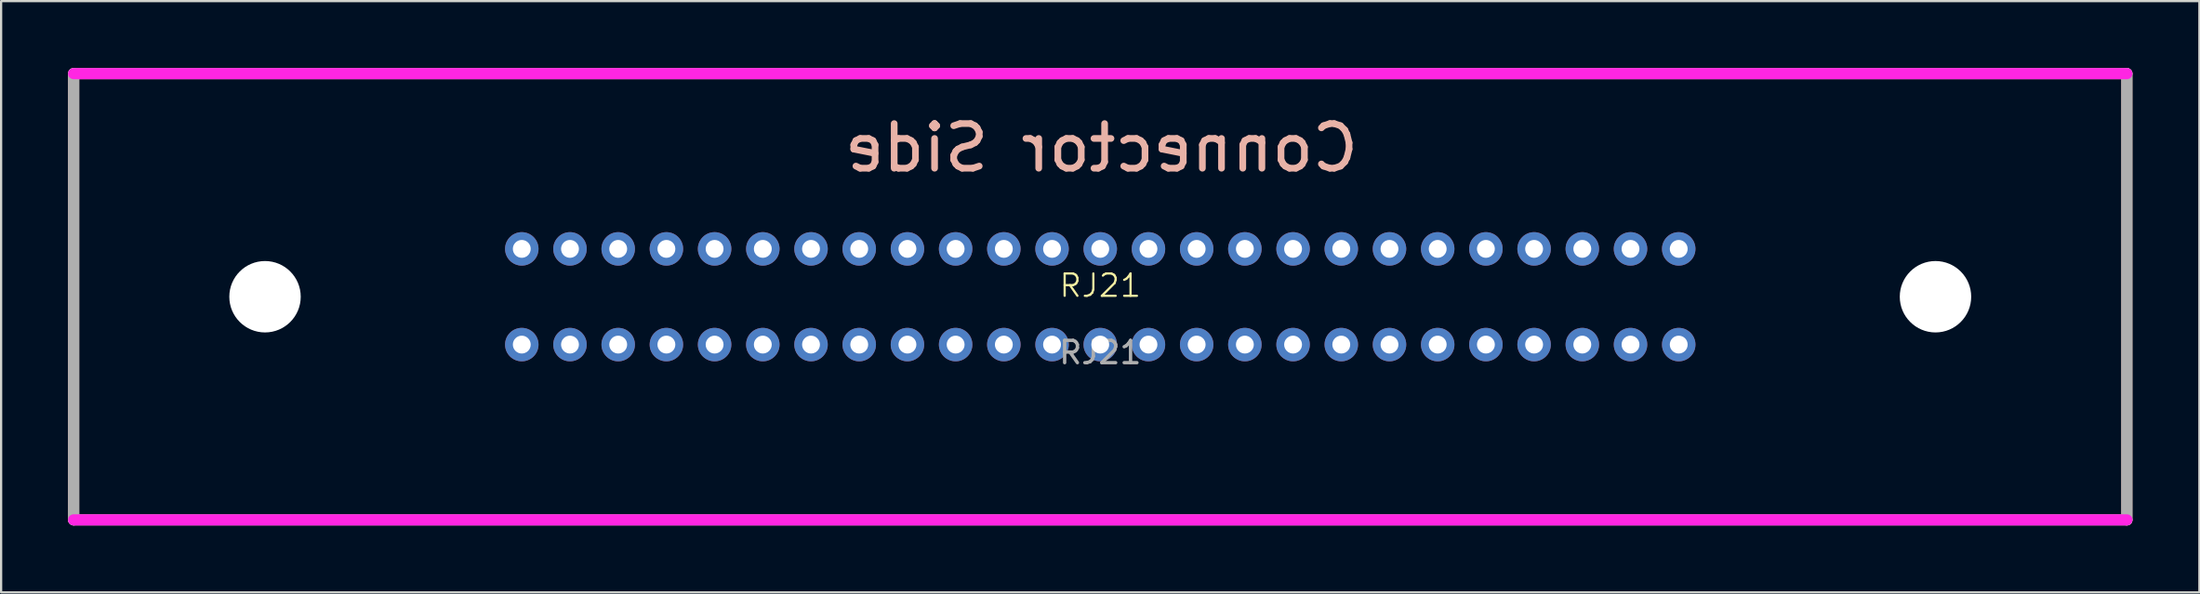
<source format=kicad_pcb>
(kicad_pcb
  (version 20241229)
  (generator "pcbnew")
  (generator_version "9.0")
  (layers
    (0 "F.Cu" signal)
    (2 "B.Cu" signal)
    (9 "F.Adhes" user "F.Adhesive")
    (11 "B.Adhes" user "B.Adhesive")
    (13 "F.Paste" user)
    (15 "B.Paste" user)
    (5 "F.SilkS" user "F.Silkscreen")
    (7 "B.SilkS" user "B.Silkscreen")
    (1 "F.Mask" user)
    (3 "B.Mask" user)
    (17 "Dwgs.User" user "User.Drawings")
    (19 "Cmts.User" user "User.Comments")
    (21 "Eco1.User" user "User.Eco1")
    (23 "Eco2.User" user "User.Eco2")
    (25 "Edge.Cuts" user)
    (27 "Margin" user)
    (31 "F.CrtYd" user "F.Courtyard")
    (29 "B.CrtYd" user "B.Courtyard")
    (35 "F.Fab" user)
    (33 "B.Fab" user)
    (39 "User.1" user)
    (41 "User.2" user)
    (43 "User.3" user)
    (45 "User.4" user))
  (footprint "RJ21"
    (layer "F.Cu")
    (at 46.25 10.25)
    (property "Reference" "RJ21" (at 0 -0.5 0) (unlocked yes) (layer "F.SilkS") (effects (font (size 1 1) (thickness 0.1))))
    (attr through_hole)
    (fp_line (start -46 -10) (end -46 10) (stroke (width 0.5) (type solid)) (layer "B.SilkS"))
    (fp_line (start -46 -10) (end 46 -10) (stroke (width 0.5) (type solid)) (layer "B.SilkS"))
    (fp_line (start -46 10) (end 46 10) (stroke (width 0.5) (type solid)) (layer "B.SilkS"))
    (fp_line (start 46 -10) (end 46 10) (stroke (width 0.5) (type solid)) (layer "B.SilkS"))
    (fp_line (start -46 -10) (end 46 -10) (stroke (width 0.5) (type solid)) (layer "F.CrtYd"))
    (fp_line (start -46 10) (end 46 10) (stroke (width 0.5) (type solid)) (layer "F.CrtYd"))
    (fp_line (start -46 -10) (end -46 10) (stroke (width 0.5) (type solid)) (layer "F.Fab"))
    (fp_line (start 46 -10) (end 46 10) (stroke (width 0.5) (type solid)) (layer "F.Fab"))
    (fp_text user "Connector Side" (at 11.726 -5.5 0) (unlocked yes) (layer "B.SilkS") (effects (font (size 2 2) (thickness 0.3)) (justify left bottom mirror)))
    (fp_text user "${REFERENCE}" (at 0 2.5 0) (unlocked yes) (layer "F.Fab") (effects (font (size 1 1) (thickness 0.15))))
    (pad "" np_thru_hole circle (at -37.425 0) (size 3.2 3.2) (drill 3.2) (layers "*.Cu" "*.Mask"))
    (pad "" np_thru_hole circle (at 37.425 0) (size 3.2 3.2) (drill 3.2) (layers "*.Cu" "*.Mask"))
    (pad "1" thru_hole circle (at -25.92 -2.145) (size 1.5 1.5) (drill 0.8) (layers "*.Cu" "*.Mask"))
    (pad "2" thru_hole circle (at -23.76 -2.145) (size 1.5 1.5) (drill 0.8) (layers "*.Cu" "*.Mask"))
    (pad "3" thru_hole circle (at -21.6 -2.145) (size 1.5 1.5) (drill 0.8) (layers "*.Cu" "*.Mask"))
    (pad "4" thru_hole circle (at -19.44 -2.145) (size 1.5 1.5) (drill 0.8) (layers "*.Cu" "*.Mask"))
    (pad "5" thru_hole circle (at -17.28 -2.145) (size 1.5 1.5) (drill 0.8) (layers "*.Cu" "*.Mask"))
    (pad "6" thru_hole circle (at -15.12 -2.145) (size 1.5 1.5) (drill 0.8) (layers "*.Cu" "*.Mask"))
    (pad "7" thru_hole circle (at -12.96 -2.145) (size 1.5 1.5) (drill 0.8) (layers "*.Cu" "*.Mask"))
    (pad "8" thru_hole circle (at -10.8 -2.145) (size 1.5 1.5) (drill 0.8) (layers "*.Cu" "*.Mask"))
    (pad "9" thru_hole circle (at -8.64 -2.145) (size 1.5 1.5) (drill 0.8) (layers "*.Cu" "*.Mask"))
    (pad "10" thru_hole circle (at -6.48 -2.145) (size 1.5 1.5) (drill 0.8) (layers "*.Cu" "*.Mask"))
    (pad "11" thru_hole circle (at -4.32 -2.145) (size 1.5 1.5) (drill 0.8) (layers "*.Cu" "*.Mask"))
    (pad "12" thru_hole circle (at -2.16 -2.145) (size 1.5 1.5) (drill 0.8) (layers "*.Cu" "*.Mask"))
    (pad "13" thru_hole circle (at 0 -2.145) (size 1.5 1.5) (drill 0.8) (layers "*.Cu" "*.Mask"))
    (pad "14" thru_hole circle (at 2.16 -2.145) (size 1.5 1.5) (drill 0.8) (layers "*.Cu" "*.Mask"))
    (pad "15" thru_hole circle (at 4.32 -2.145) (size 1.5 1.5) (drill 0.8) (layers "*.Cu" "*.Mask"))
    (pad "16" thru_hole circle (at 6.48 -2.145) (size 1.5 1.5) (drill 0.8) (layers "*.Cu" "*.Mask"))
    (pad "17" thru_hole circle (at 8.64 -2.145) (size 1.5 1.5) (drill 0.8) (layers "*.Cu" "*.Mask"))
    (pad "18" thru_hole circle (at 10.8 -2.145) (size 1.5 1.5) (drill 0.8) (layers "*.Cu" "*.Mask"))
    (pad "19" thru_hole circle (at 12.96 -2.145) (size 1.5 1.5) (drill 0.8) (layers "*.Cu" "*.Mask"))
    (pad "20" thru_hole circle (at 15.12 -2.145) (size 1.5 1.5) (drill 0.8) (layers "*.Cu" "*.Mask"))
    (pad "21" thru_hole circle (at 17.28 -2.145) (size 1.5 1.5) (drill 0.8) (layers "*.Cu" "*.Mask"))
    (pad "22" thru_hole circle (at 19.44 -2.145) (size 1.5 1.5) (drill 0.8) (layers "*.Cu" "*.Mask"))
    (pad "23" thru_hole circle (at 21.6 -2.145) (size 1.5 1.5) (drill 0.8) (layers "*.Cu" "*.Mask"))
    (pad "24" thru_hole circle (at 23.76 -2.145) (size 1.5 1.5) (drill 0.8) (layers "*.Cu" "*.Mask"))
    (pad "25" thru_hole circle (at 25.92 -2.145) (size 1.5 1.5) (drill 0.8) (layers "*.Cu" "*.Mask"))
    (pad "26" thru_hole circle (at -25.92 2.145) (size 1.5 1.5) (drill 0.8) (layers "*.Cu" "*.Mask"))
    (pad "27" thru_hole circle (at -23.76 2.145) (size 1.5 1.5) (drill 0.8) (layers "*.Cu" "*.Mask"))
    (pad "28" thru_hole circle (at -21.6 2.145) (size 1.5 1.5) (drill 0.8) (layers "*.Cu" "*.Mask"))
    (pad "29" thru_hole circle (at -19.44 2.145) (size 1.5 1.5) (drill 0.8) (layers "*.Cu" "*.Mask"))
    (pad "30" thru_hole circle (at -17.28 2.145) (size 1.5 1.5) (drill 0.8) (layers "*.Cu" "*.Mask"))
    (pad "31" thru_hole circle (at -15.12 2.145) (size 1.5 1.5) (drill 0.8) (layers "*.Cu" "*.Mask"))
    (pad "32" thru_hole circle (at -12.96 2.145) (size 1.5 1.5) (drill 0.8) (layers "*.Cu" "*.Mask"))
    (pad "33" thru_hole circle (at -10.8 2.145) (size 1.5 1.5) (drill 0.8) (layers "*.Cu" "*.Mask"))
    (pad "34" thru_hole circle (at -8.64 2.145) (size 1.5 1.5) (drill 0.8) (layers "*.Cu" "*.Mask"))
    (pad "35" thru_hole circle (at -6.48 2.145) (size 1.5 1.5) (drill 0.8) (layers "*.Cu" "*.Mask"))
    (pad "36" thru_hole circle (at -4.32 2.145) (size 1.5 1.5) (drill 0.8) (layers "*.Cu" "*.Mask"))
    (pad "37" thru_hole circle (at -2.16 2.145) (size 1.5 1.5) (drill 0.8) (layers "*.Cu" "*.Mask"))
    (pad "38" thru_hole circle (at 0 2.145) (size 1.5 1.5) (drill 0.8) (layers "*.Cu" "*.Mask"))
    (pad "39" thru_hole circle (at 2.16 2.145) (size 1.5 1.5) (drill 0.8) (layers "*.Cu" "*.Mask"))
    (pad "40" thru_hole circle (at 4.32 2.145) (size 1.5 1.5) (drill 0.8) (layers "*.Cu" "*.Mask"))
    (pad "41" thru_hole circle (at 6.48 2.145) (size 1.5 1.5) (drill 0.8) (layers "*.Cu" "*.Mask"))
    (pad "42" thru_hole circle (at 8.64 2.145) (size 1.5 1.5) (drill 0.8) (layers "*.Cu" "*.Mask"))
    (pad "43" thru_hole circle (at 10.8 2.145) (size 1.5 1.5) (drill 0.8) (layers "*.Cu" "*.Mask"))
    (pad "44" thru_hole circle (at 12.96 2.145) (size 1.5 1.5) (drill 0.8) (layers "*.Cu" "*.Mask"))
    (pad "45" thru_hole circle (at 15.12 2.145) (size 1.5 1.5) (drill 0.8) (layers "*.Cu" "*.Mask"))
    (pad "46" thru_hole circle (at 17.28 2.145) (size 1.5 1.5) (drill 0.8) (layers "*.Cu" "*.Mask"))
    (pad "47" thru_hole circle (at 19.44 2.145) (size 1.5 1.5) (drill 0.8) (layers "*.Cu" "*.Mask"))
    (pad "48" thru_hole circle (at 21.6 2.145) (size 1.5 1.5) (drill 0.8) (layers "*.Cu" "*.Mask"))
    (pad "49" thru_hole circle (at 23.76 2.145) (size 1.5 1.5) (drill 0.8) (layers "*.Cu" "*.Mask"))
    (pad "50" thru_hole circle (at 25.92 2.145) (size 1.5 1.5) (drill 0.8) (layers "*.Cu" "*.Mask")))
  (gr_rect
    (start -3 -3)
    (end 95.5 23.5)
    (stroke (width 0.1) (type default))
    (fill no)
    (layer "Edge.Cuts")))
</source>
